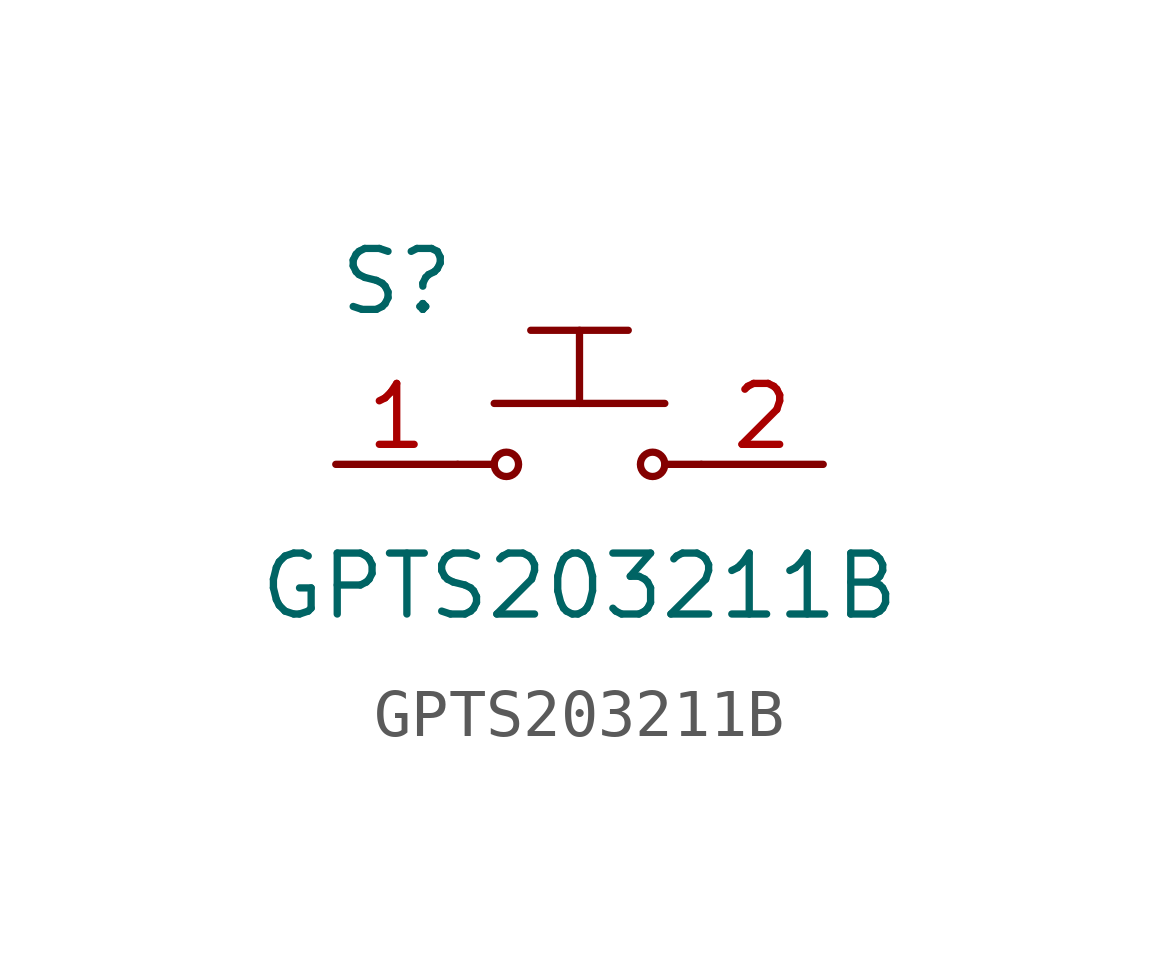
<source format=kicad_sym>
(kicad_symbol_lib
  (version 20220914)
  (generator kicad_symbol_editor)
  (symbol "GPTS203211B"
    (pin_names
      (offset 1.016))
    (property "Reference" "S"
      (at -3.81 3.81 0)
      (effects (font (size 1.27 1.27))))
    (property "Value" "GPTS203211B"
      (at 0 -2.54 0)
      (effects (font (size 1.27 1.27))))
    (symbol "GPTS203211B_0_1"
      (circle (center -1.524 0) (radius 0.254) (stroke (width 0) (type default)) (fill (type none)))
      (polyline (pts (xy -2.54 0) (xy -1.778 0)) (stroke (width 0) (type default)) (fill (type none)))
      (polyline (pts (xy -1.778 1.27) (xy 1.778 1.27)) (stroke (width 0) (type default)) (fill (type none)))
      (polyline (pts (xy -1.016 2.794) (xy 1.016 2.794)) (stroke (width 0) (type default)) (fill (type none)))
      (polyline (pts (xy 0 1.27) (xy 0 2.794)) (stroke (width 0) (type default)) (fill (type none)))
      (polyline (pts (xy 2.54 0) (xy 1.778 0)) (stroke (width 0) (type default)) (fill (type none)))
      (circle (center 1.524 0) (radius 0.254) (stroke (width 0) (type default)) (fill (type none))))
    (symbol "GPTS203211B_1_1"
      (pin passive line (at -5.08 0 0) (length 2.54) (name "~" (effects (font (size 1.27 1.27)))) (number "1" (effects (font (size 1.27 1.27)))))
      (pin passive line (at 5.08 0 180) (length 2.54) (name "~" (effects (font (size 1.27 1.27)))) (number "2" (effects (font (size 1.27 1.27))))))))
</source>
